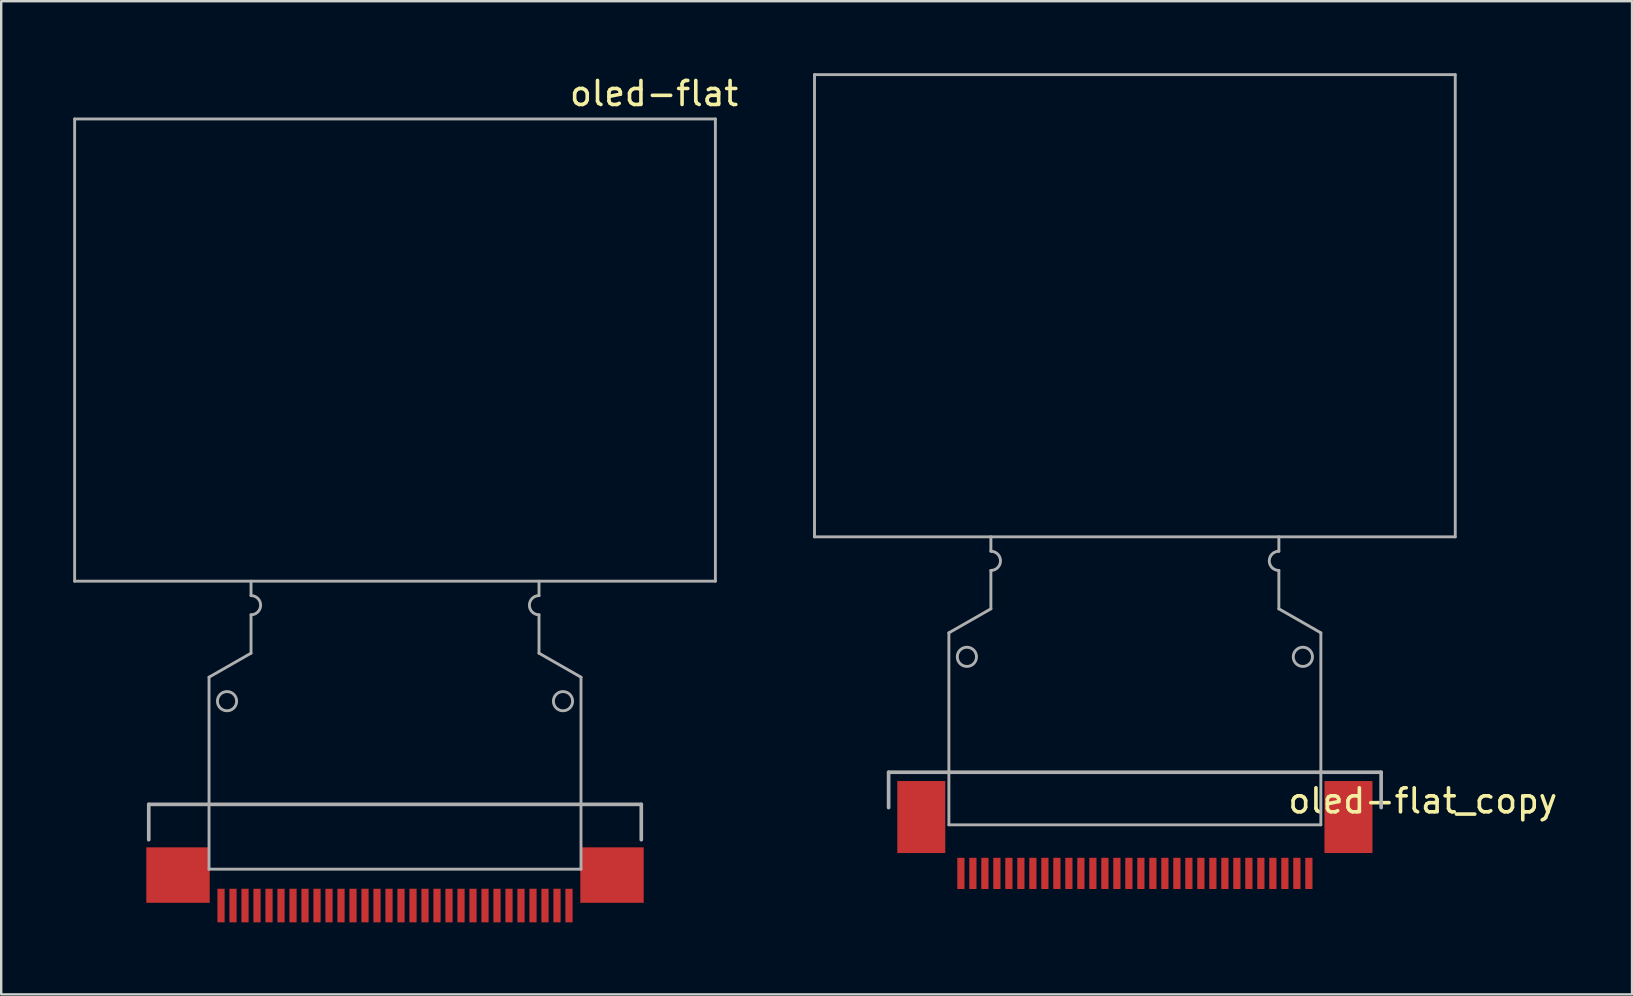
<source format=kicad_pcb>
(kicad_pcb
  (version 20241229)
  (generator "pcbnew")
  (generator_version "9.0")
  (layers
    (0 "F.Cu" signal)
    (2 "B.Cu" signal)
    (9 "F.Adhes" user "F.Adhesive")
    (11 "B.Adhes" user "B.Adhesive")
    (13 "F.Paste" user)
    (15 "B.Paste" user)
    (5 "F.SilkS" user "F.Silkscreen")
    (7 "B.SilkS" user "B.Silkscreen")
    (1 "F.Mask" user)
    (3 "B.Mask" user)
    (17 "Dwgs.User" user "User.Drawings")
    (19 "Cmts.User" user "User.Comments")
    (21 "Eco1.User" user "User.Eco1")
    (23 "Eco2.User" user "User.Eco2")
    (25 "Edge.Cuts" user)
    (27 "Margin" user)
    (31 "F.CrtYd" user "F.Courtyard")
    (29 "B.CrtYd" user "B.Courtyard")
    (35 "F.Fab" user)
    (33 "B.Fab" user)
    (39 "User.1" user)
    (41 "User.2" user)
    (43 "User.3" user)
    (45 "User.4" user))
  (footprint "oled-flat_copy"
    (layer "F.Cu")
    (at 44.24 19.829)
    (property "Reference" "oled-flat_copy" (at 11.997 10.494 180) (layer "F.SilkS") (effects (font (size 1 1) (thickness 0.15))))
    (attr through_hole)
    (fp_line (start -10.262 9.3) (end -10.262 13.516) (stroke (width 0.152) (type solid)) (layer "Eco2.User"))
    (fp_line (start -10.262 13.516) (end 10.262 13.516) (stroke (width 0.152) (type solid)) (layer "Eco2.User"))
    (fp_line (start 10.262 13.516) (end 10.262 9.3) (stroke (width 0.152) (type solid)) (layer "Eco2.User"))
    (fp_line (start -13.35 -19.769) (end -13.35 -0.509) (stroke (width 0.12) (type solid)) (layer "F.Fab"))
    (fp_line (start -13.35 -19.769) (end 13.35 -19.769) (stroke (width 0.12) (type solid)) (layer "F.Fab"))
    (fp_line (start -13.35 -0.509) (end 13.35 -0.509) (stroke (width 0.12) (type solid)) (layer "F.Fab"))
    (fp_line (start -10.262 9.3) (end -10.262 10.773) (stroke (width 0.152) (type solid)) (layer "F.Fab"))
    (fp_line (start -7.75 3.491) (end -7.75 11.491) (stroke (width 0.12) (type solid)) (layer "F.Fab"))
    (fp_line (start -7.75 11.491) (end 7.75 11.491) (stroke (width 0.12) (type solid)) (layer "F.Fab"))
    (fp_line (start -6 -0.509) (end -6 0.091) (stroke (width 0.12) (type solid)) (layer "F.Fab"))
    (fp_line (start -6 0.891) (end -6 2.491) (stroke (width 0.12) (type solid)) (layer "F.Fab"))
    (fp_line (start -6 2.491) (end -7.75 3.491) (stroke (width 0.12) (type solid)) (layer "F.Fab"))
    (fp_line (start 6 -0.509) (end 6 0.091) (stroke (width 0.12) (type solid)) (layer "F.Fab"))
    (fp_line (start 6 0.891) (end 6 2.491) (stroke (width 0.12) (type solid)) (layer "F.Fab"))
    (fp_line (start 6 2.491) (end 7.75 3.491) (stroke (width 0.12) (type solid)) (layer "F.Fab"))
    (fp_line (start 7.75 3.491) (end 7.75 11.491) (stroke (width 0.12) (type solid)) (layer "F.Fab"))
    (fp_line (start 10.262 9.3) (end -10.262 9.3) (stroke (width 0.152) (type solid)) (layer "F.Fab"))
    (fp_line (start 10.262 10.773) (end 10.262 9.3) (stroke (width 0.152) (type solid)) (layer "F.Fab"))
    (fp_line (start 13.35 -19.769) (end 13.35 -0.509) (stroke (width 0.12) (type solid)) (layer "F.Fab"))
    (fp_arc (start -6 0.0914) (mid -5.6 0.4914) (end -6 0.8914) (stroke (width 0.12) (type solid)) (layer "F.Fab"))
    (fp_arc (start 6 0.8914) (mid 5.6 0.4914) (end 6 0.0914) (stroke (width 0.12) (type solid)) (layer "F.Fab"))
    (fp_circle (center -7 4.491) (end -6.6 4.491) (stroke (width 0.12) (type solid)) (fill no) (layer "F.Fab"))
    (fp_circle (center 7 4.491) (end 7.4 4.491) (stroke (width 0.12) (type solid)) (fill no) (layer "F.Fab"))
    (pad "1" smd rect (at 7.25 13.516 270) (size 1.3 0.3) (layers "F.Cu" "F.Mask" "F.Paste"))
    (pad "2" smd rect (at 6.75 13.516 270) (size 1.3 0.3) (layers "F.Cu" "F.Mask" "F.Paste"))
    (pad "3" smd rect (at 6.25 13.516 270) (size 1.3 0.3) (layers "F.Cu" "F.Mask" "F.Paste"))
    (pad "4" smd rect (at 5.75 13.516 270) (size 1.3 0.3) (layers "F.Cu" "F.Mask" "F.Paste"))
    (pad "5" smd rect (at 5.25 13.516 270) (size 1.3 0.3) (layers "F.Cu" "F.Mask" "F.Paste"))
    (pad "6" smd rect (at 4.75 13.516 270) (size 1.3 0.3) (layers "F.Cu" "F.Mask" "F.Paste"))
    (pad "7" smd rect (at 4.25 13.516 270) (size 1.3 0.3) (layers "F.Cu" "F.Mask" "F.Paste"))
    (pad "8" smd rect (at 3.75 13.516 270) (size 1.3 0.3) (layers "F.Cu" "F.Mask" "F.Paste"))
    (pad "9" smd rect (at 3.25 13.516 270) (size 1.3 0.3) (layers "F.Cu" "F.Mask" "F.Paste"))
    (pad "10" smd rect (at 2.75 13.516 270) (size 1.3 0.3) (layers "F.Cu" "F.Mask" "F.Paste"))
    (pad "11" smd rect (at 2.25 13.516 270) (size 1.3 0.3) (layers "F.Cu" "F.Mask" "F.Paste"))
    (pad "12" smd rect (at 1.75 13.516 270) (size 1.3 0.3) (layers "F.Cu" "F.Mask" "F.Paste"))
    (pad "13" smd rect (at 1.25 13.516 270) (size 1.3 0.3) (layers "F.Cu" "F.Mask" "F.Paste"))
    (pad "14" smd rect (at 0.75 13.516 270) (size 1.3 0.3) (layers "F.Cu" "F.Mask" "F.Paste"))
    (pad "15" smd rect (at 0.25 13.516 270) (size 1.3 0.3) (layers "F.Cu" "F.Mask" "F.Paste"))
    (pad "16" smd rect (at -0.25 13.516 270) (size 1.3 0.3) (layers "F.Cu" "F.Mask" "F.Paste"))
    (pad "17" smd rect (at -0.75 13.516 270) (size 1.3 0.3) (layers "F.Cu" "F.Mask" "F.Paste"))
    (pad "18" smd rect (at -1.25 13.516 270) (size 1.3 0.3) (layers "F.Cu" "F.Mask" "F.Paste"))
    (pad "19" smd rect (at -1.75 13.516 270) (size 1.3 0.3) (layers "F.Cu" "F.Mask" "F.Paste"))
    (pad "20" smd rect (at -2.25 13.516 270) (size 1.3 0.3) (layers "F.Cu" "F.Mask" "F.Paste"))
    (pad "21" smd rect (at -2.75 13.516 270) (size 1.3 0.3) (layers "F.Cu" "F.Mask" "F.Paste"))
    (pad "22" smd rect (at -3.25 13.516 270) (size 1.3 0.3) (layers "F.Cu" "F.Mask" "F.Paste"))
    (pad "23" smd rect (at -3.75 13.516 270) (size 1.3 0.3) (layers "F.Cu" "F.Mask" "F.Paste"))
    (pad "24" smd rect (at -4.25 13.516 270) (size 1.3 0.3) (layers "F.Cu" "F.Mask" "F.Paste"))
    (pad "25" smd rect (at -4.75 13.516 270) (size 1.3 0.3) (layers "F.Cu" "F.Mask" "F.Paste"))
    (pad "26" smd rect (at -5.25 13.516 270) (size 1.3 0.3) (layers "F.Cu" "F.Mask" "F.Paste"))
    (pad "27" smd rect (at -5.75 13.516 270) (size 1.3 0.3) (layers "F.Cu" "F.Mask" "F.Paste"))
    (pad "28" smd rect (at -6.25 13.516 270) (size 1.3 0.3) (layers "F.Cu" "F.Mask" "F.Paste"))
    (pad "29" smd rect (at -6.75 13.516 270) (size 1.3 0.3) (layers "F.Cu" "F.Mask" "F.Paste"))
    (pad "30" smd rect (at -7.25 13.516 270) (size 1.3 0.3) (layers "F.Cu" "F.Mask" "F.Paste"))
    (pad "31" smd rect (at -8.9 11.166) (size 2 3) (layers "F.Cu" "F.Mask" "F.Paste"))
    (pad "32" smd rect (at 8.9 11.166) (size 2 3) (layers "F.Cu" "F.Mask" "F.Paste")))
  (footprint "oled-flat"
    (layer "F.Cu")
    (at 13.41 21.168)
    (property "Reference" "oled-flat" (at 10.795 -20.32 0) (layer "F.SilkS") (effects (font (size 1 1) (thickness 0.15))))
    (attr through_hole)
    (fp_line (start -10.262 9.3) (end -10.262 13.516) (stroke (width 0.152) (type solid)) (layer "Eco2.User"))
    (fp_line (start -10.262 13.516) (end 10.262 13.516) (stroke (width 0.152) (type solid)) (layer "Eco2.User"))
    (fp_line (start 10.262 13.516) (end 10.262 9.3) (stroke (width 0.152) (type solid)) (layer "Eco2.User"))
    (fp_line (start -13.35 -19.26) (end -13.35 0) (stroke (width 0.12) (type solid)) (layer "F.Fab"))
    (fp_line (start -13.35 -19.26) (end 13.35 -19.26) (stroke (width 0.12) (type solid)) (layer "F.Fab"))
    (fp_line (start -13.35 0) (end 13.35 0) (stroke (width 0.12) (type solid)) (layer "F.Fab"))
    (fp_line (start -10.262 9.3) (end -10.262 10.773) (stroke (width 0.152) (type solid)) (layer "F.Fab"))
    (fp_line (start -7.75 4) (end -7.75 12) (stroke (width 0.12) (type solid)) (layer "F.Fab"))
    (fp_line (start -7.75 12) (end 7.75 12) (stroke (width 0.12) (type solid)) (layer "F.Fab"))
    (fp_line (start -6 0) (end -6 0.6) (stroke (width 0.12) (type solid)) (layer "F.Fab"))
    (fp_line (start -6 1.4) (end -6 3) (stroke (width 0.12) (type solid)) (layer "F.Fab"))
    (fp_line (start -6 3) (end -7.75 4) (stroke (width 0.12) (type solid)) (layer "F.Fab"))
    (fp_line (start 6 0) (end 6 0.6) (stroke (width 0.12) (type solid)) (layer "F.Fab"))
    (fp_line (start 6 1.4) (end 6 3) (stroke (width 0.12) (type solid)) (layer "F.Fab"))
    (fp_line (start 6 3) (end 7.75 4) (stroke (width 0.12) (type solid)) (layer "F.Fab"))
    (fp_line (start 7.75 4) (end 7.75 12) (stroke (width 0.12) (type solid)) (layer "F.Fab"))
    (fp_line (start 10.262 9.3) (end -10.262 9.3) (stroke (width 0.152) (type solid)) (layer "F.Fab"))
    (fp_line (start 10.262 10.773) (end 10.262 9.3) (stroke (width 0.152) (type solid)) (layer "F.Fab"))
    (fp_line (start 13.35 -19.26) (end 13.35 0) (stroke (width 0.12) (type solid)) (layer "F.Fab"))
    (fp_arc (start -6 0.6) (mid -5.6 1) (end -6 1.4) (stroke (width 0.12) (type solid)) (layer "F.Fab"))
    (fp_arc (start 6 1.4) (mid 5.6 1) (end 6 0.6) (stroke (width 0.12) (type solid)) (layer "F.Fab"))
    (fp_circle (center -7 5) (end -6.6 5) (stroke (width 0.12) (type solid)) (fill no) (layer "F.Fab"))
    (fp_circle (center 7 5) (end 7.4 5) (stroke (width 0.12) (type solid)) (fill no) (layer "F.Fab"))
    (pad "1" smd rect (at 7.25 13.516 270) (size 1.4 0.3) (layers "F.Cu" "F.Mask" "F.Paste"))
    (pad "2" smd rect (at 6.75 13.516 270) (size 1.4 0.3) (layers "F.Cu" "F.Mask" "F.Paste"))
    (pad "3" smd rect (at 6.25 13.516 270) (size 1.4 0.3) (layers "F.Cu" "F.Mask" "F.Paste"))
    (pad "4" smd rect (at 5.75 13.516 270) (size 1.4 0.3) (layers "F.Cu" "F.Mask" "F.Paste"))
    (pad "5" smd rect (at 5.25 13.516 270) (size 1.4 0.3) (layers "F.Cu" "F.Mask" "F.Paste"))
    (pad "6" smd rect (at 4.75 13.516 270) (size 1.4 0.3) (layers "F.Cu" "F.Mask" "F.Paste"))
    (pad "7" smd rect (at 4.25 13.516 270) (size 1.4 0.3) (layers "F.Cu" "F.Mask" "F.Paste"))
    (pad "8" smd rect (at 3.75 13.516 270) (size 1.4 0.3) (layers "F.Cu" "F.Mask" "F.Paste"))
    (pad "9" smd rect (at 3.25 13.516 270) (size 1.4 0.3) (layers "F.Cu" "F.Mask" "F.Paste"))
    (pad "10" smd rect (at 2.75 13.516 270) (size 1.4 0.3) (layers "F.Cu" "F.Mask" "F.Paste"))
    (pad "11" smd rect (at 2.25 13.516 270) (size 1.4 0.3) (layers "F.Cu" "F.Mask" "F.Paste"))
    (pad "12" smd rect (at 1.75 13.516 270) (size 1.4 0.3) (layers "F.Cu" "F.Mask" "F.Paste"))
    (pad "13" smd rect (at 1.25 13.516 270) (size 1.4 0.3) (layers "F.Cu" "F.Mask" "F.Paste"))
    (pad "14" smd rect (at 0.75 13.516 270) (size 1.4 0.3) (layers "F.Cu" "F.Mask" "F.Paste"))
    (pad "15" smd rect (at 0.25 13.516 270) (size 1.4 0.3) (layers "F.Cu" "F.Mask" "F.Paste"))
    (pad "16" smd rect (at -0.25 13.516 270) (size 1.4 0.3) (layers "F.Cu" "F.Mask" "F.Paste"))
    (pad "17" smd rect (at -0.75 13.516 270) (size 1.4 0.3) (layers "F.Cu" "F.Mask" "F.Paste"))
    (pad "18" smd rect (at -1.25 13.516 270) (size 1.4 0.3) (layers "F.Cu" "F.Mask" "F.Paste"))
    (pad "19" smd rect (at -1.75 13.516 270) (size 1.4 0.3) (layers "F.Cu" "F.Mask" "F.Paste"))
    (pad "20" smd rect (at -2.25 13.516 270) (size 1.4 0.3) (layers "F.Cu" "F.Mask" "F.Paste"))
    (pad "21" smd rect (at -2.75 13.516 270) (size 1.4 0.3) (layers "F.Cu" "F.Mask" "F.Paste"))
    (pad "22" smd rect (at -3.25 13.516 270) (size 1.4 0.3) (layers "F.Cu" "F.Mask" "F.Paste"))
    (pad "23" smd rect (at -3.75 13.516 270) (size 1.4 0.3) (layers "F.Cu" "F.Mask" "F.Paste"))
    (pad "24" smd rect (at -4.25 13.516 270) (size 1.4 0.3) (layers "F.Cu" "F.Mask" "F.Paste"))
    (pad "25" smd rect (at -4.75 13.516 270) (size 1.4 0.3) (layers "F.Cu" "F.Mask" "F.Paste"))
    (pad "26" smd rect (at -5.25 13.516 270) (size 1.4 0.3) (layers "F.Cu" "F.Mask" "F.Paste"))
    (pad "27" smd rect (at -5.75 13.516 270) (size 1.4 0.3) (layers "F.Cu" "F.Mask" "F.Paste"))
    (pad "28" smd rect (at -6.25 13.516 270) (size 1.4 0.3) (layers "F.Cu" "F.Mask" "F.Paste"))
    (pad "29" smd rect (at -6.75 13.516 270) (size 1.4 0.3) (layers "F.Cu" "F.Mask" "F.Paste"))
    (pad "30" smd rect (at -7.25 13.516 270) (size 1.4 0.3) (layers "F.Cu" "F.Mask" "F.Paste"))
    (pad "31" smd rect (at -9.042 12.246) (size 2.642 2.311) (layers "F.Cu" "F.Mask" "F.Paste"))
    (pad "32" smd rect (at 9.042 12.246) (size 2.642 2.311) (layers "F.Cu" "F.Mask" "F.Paste")))
  (gr_rect
    (start -3 -3)
    (end 64.957 38.385)
    (stroke (width 0.1) (type default))
    (fill no)
    (layer "Edge.Cuts")))
</source>
